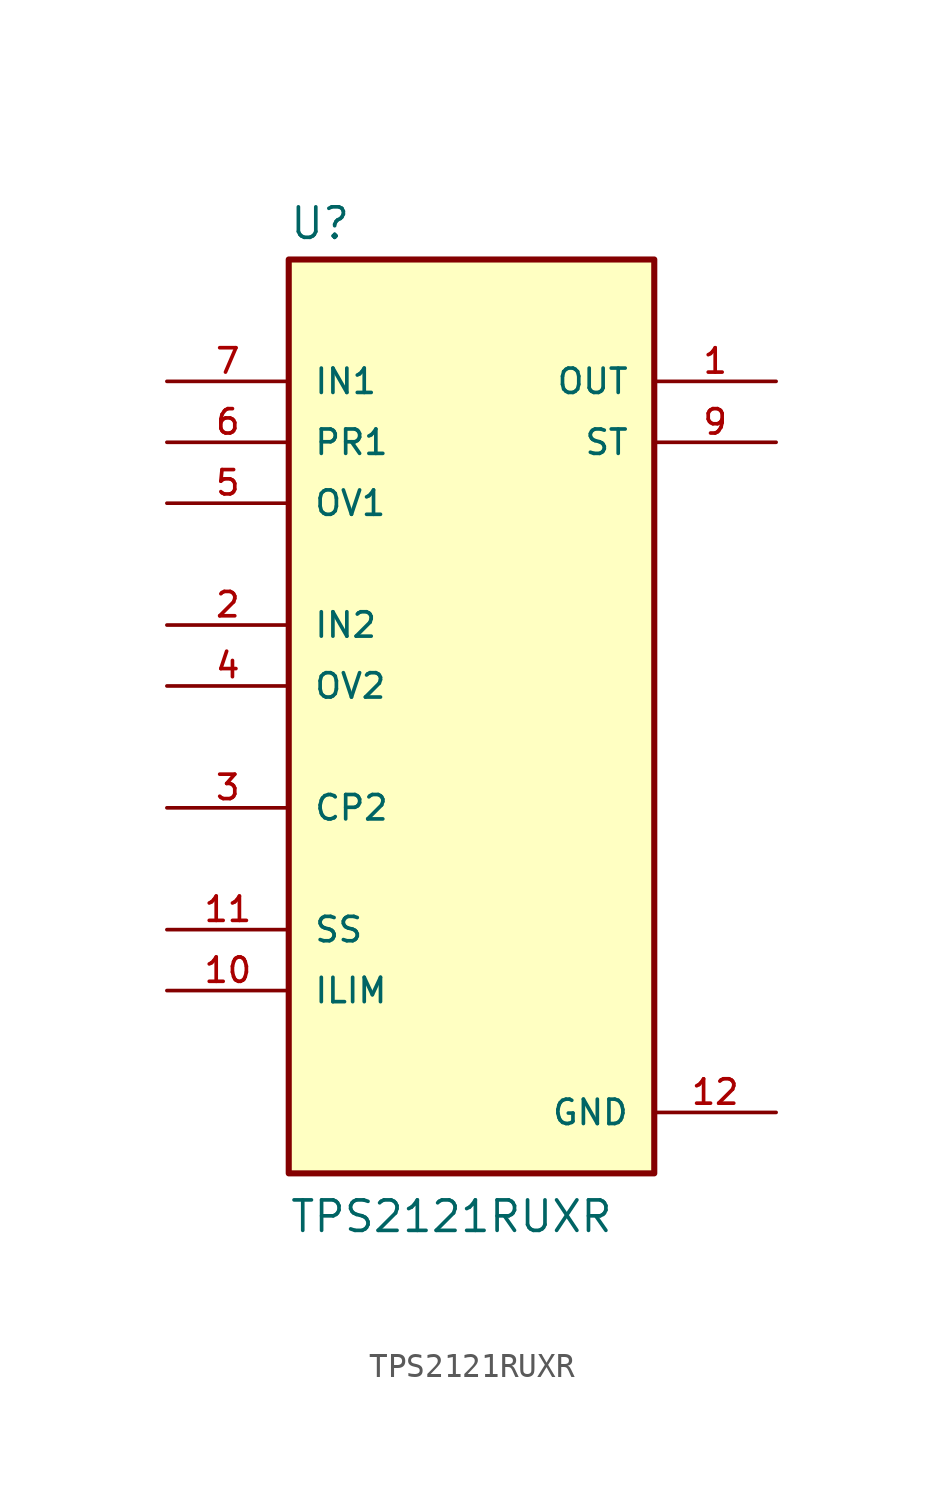
<source format=kicad_sym>
(kicad_symbol_lib
  (version 20241209)
  (generator "kicad_symbol_editor")
  (generator_version "9.0")
  (symbol "TPS2121RUXR"
    (pin_names
      (offset 1.016))
    (property "Reference" "U"
      (at -7.62 21.082 0)
      (effects (font (size 1.27 1.27)) (justify left bottom)))
    (property "Value" "TPS2121RUXR"
      (at -7.62 -20.32 0)
      (effects (font (size 1.27 1.27)) (justify left bottom)))
    (symbol "TPS2121RUXR_0_0"
      (rectangle (start -7.62 -17.78) (end 7.62 20.32) (stroke (width 0.254) (type default)) (fill (type background)))
      (pin input line (at -12.7 15.24 0) (length 5.08) (name "IN1" (effects (font (size 1.016 1.016)))) (number "7" (effects (font (size 1.016 1.016)))))
      (pin input line (at -12.7 15.24 0) (length 5.08) (hide yes) (name "IN1" (effects (font (size 1.016 1.016)))) (number "7_1" (effects (font (size 1.016 1.016)))))
      (pin input line (at -12.7 12.7 0) (length 5.08) (name "PR1" (effects (font (size 1.016 1.016)))) (number "6" (effects (font (size 1.016 1.016)))))
      (pin input line (at -12.7 10.16 0) (length 5.08) (name "OV1" (effects (font (size 1.016 1.016)))) (number "5" (effects (font (size 1.016 1.016)))))
      (pin input line (at -12.7 5.08 0) (length 5.08) (name "IN2" (effects (font (size 1.016 1.016)))) (number "2" (effects (font (size 1.016 1.016)))))
      (pin input line (at -12.7 5.08 0) (length 5.08) (hide yes) (name "IN2" (effects (font (size 1.016 1.016)))) (number "2_1" (effects (font (size 1.016 1.016)))))
      (pin input line (at -12.7 2.54 0) (length 5.08) (name "OV2" (effects (font (size 1.016 1.016)))) (number "4" (effects (font (size 1.016 1.016)))))
      (pin input line (at -12.7 -2.54 0) (length 5.08) (name "CP2" (effects (font (size 1.016 1.016)))) (number "3" (effects (font (size 1.016 1.016)))))
      (pin passive line (at -12.7 -7.62 0) (length 5.08) (name "SS" (effects (font (size 1.016 1.016)))) (number "11" (effects (font (size 1.016 1.016)))))
      (pin passive line (at -12.7 -10.16 0) (length 5.08) (name "ILIM" (effects (font (size 1.016 1.016)))) (number "10" (effects (font (size 1.016 1.016)))))
      (pin output line (at 12.7 15.24 180) (length 5.08) (name "OUT" (effects (font (size 1.016 1.016)))) (number "1" (effects (font (size 1.016 1.016)))))
      (pin output line (at 12.7 15.24 180) (length 5.08) (hide yes) (name "OUT" (effects (font (size 1.016 1.016)))) (number "1_1" (effects (font (size 1.016 1.016)))))
      (pin output line (at 12.7 15.24 180) (length 5.08) (hide yes) (name "OUT" (effects (font (size 1.016 1.016)))) (number "8" (effects (font (size 1.016 1.016)))))
      (pin output line (at 12.7 15.24 180) (length 5.08) (hide yes) (name "OUT" (effects (font (size 1.016 1.016)))) (number "8_1" (effects (font (size 1.016 1.016)))))
      (pin output line (at 12.7 12.7 180) (length 5.08) (name "ST" (effects (font (size 1.016 1.016)))) (number "9" (effects (font (size 1.016 1.016)))))
      (pin power_in line (at 12.7 -15.24 180) (length 5.08) (name "GND" (effects (font (size 1.016 1.016)))) (number "12" (effects (font (size 1.016 1.016))))))))
</source>
